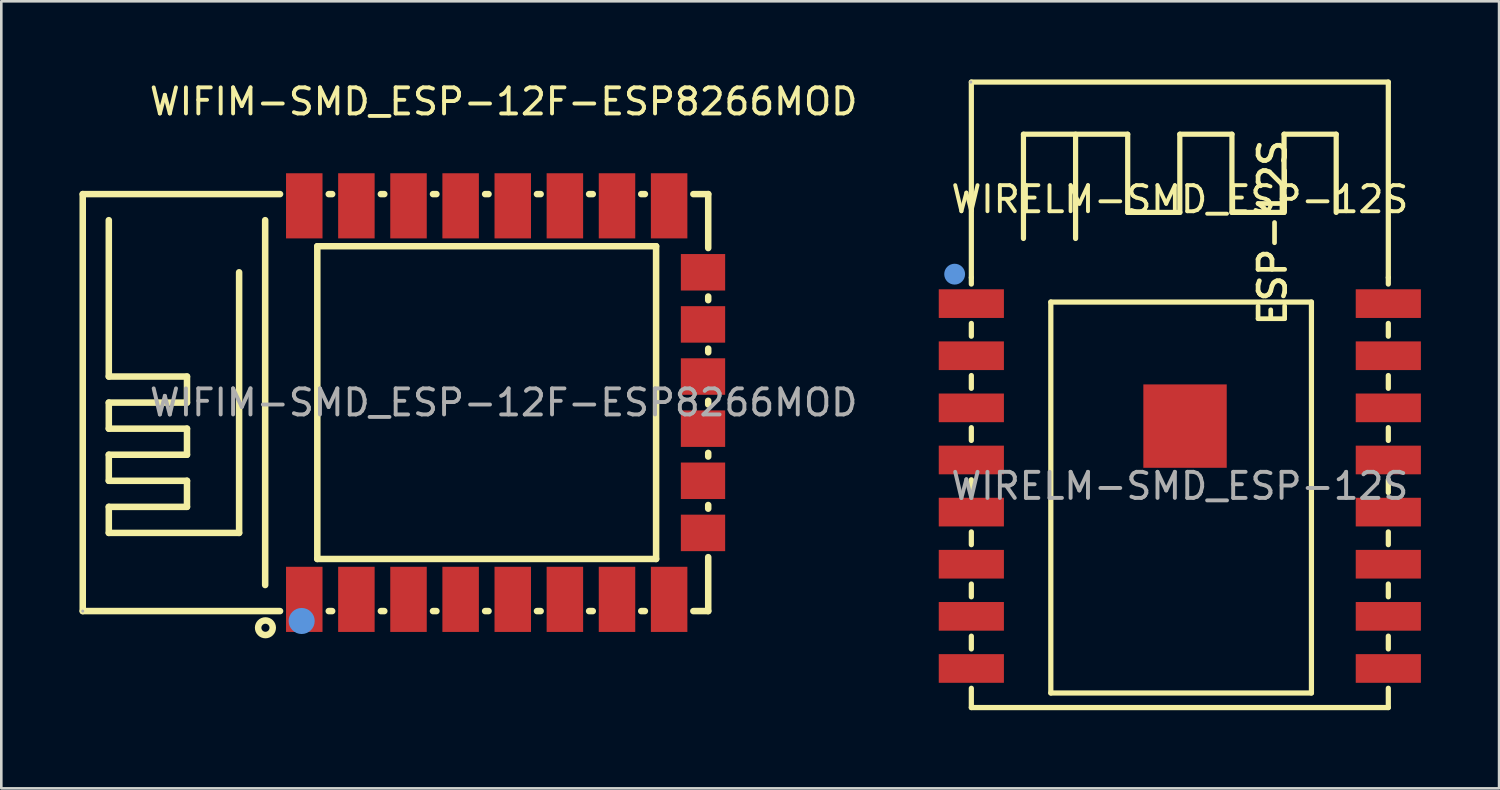
<source format=kicad_pcb>
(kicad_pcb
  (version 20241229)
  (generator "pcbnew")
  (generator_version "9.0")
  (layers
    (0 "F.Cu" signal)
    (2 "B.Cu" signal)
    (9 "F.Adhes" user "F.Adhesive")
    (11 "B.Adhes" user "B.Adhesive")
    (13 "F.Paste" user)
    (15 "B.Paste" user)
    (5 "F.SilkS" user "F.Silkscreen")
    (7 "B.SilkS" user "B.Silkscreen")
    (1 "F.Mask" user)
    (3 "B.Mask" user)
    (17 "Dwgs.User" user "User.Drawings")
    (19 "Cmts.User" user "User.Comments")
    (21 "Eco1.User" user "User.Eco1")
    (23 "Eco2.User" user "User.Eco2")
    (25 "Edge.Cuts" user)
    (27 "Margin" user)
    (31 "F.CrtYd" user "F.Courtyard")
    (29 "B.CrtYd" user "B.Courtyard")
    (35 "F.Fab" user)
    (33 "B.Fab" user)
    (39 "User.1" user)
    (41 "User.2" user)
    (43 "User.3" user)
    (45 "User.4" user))
  (footprint "WIFIM-SMD_ESP-12F-ESP8266MOD"
    (layer "F.Cu")
    (at 16.275 12.398)
    (property "Reference" "WIFIM-SMD_ESP-12F-ESP8266MOD" (at 0 -11.55 0) (layer "F.SilkS") (effects (font (size 1 1) (thickness 0.15))))
    (attr smd)
    (fp_line (start -16.15 -8) (end -8.58 -8) (stroke (width 0.25) (type solid)) (layer "F.SilkS"))
    (fp_line (start -16.15 8) (end -16.15 -8) (stroke (width 0.25) (type solid)) (layer "F.SilkS"))
    (fp_line (start -15.15 -1) (end -15.15 -7) (stroke (width 0.25) (type solid)) (layer "F.SilkS"))
    (fp_line (start -15.15 0) (end -12.15 0) (stroke (width 0.25) (type solid)) (layer "F.SilkS"))
    (fp_line (start -15.15 1) (end -15.15 0) (stroke (width 0.25) (type solid)) (layer "F.SilkS"))
    (fp_line (start -15.15 2) (end -12.15 2) (stroke (width 0.25) (type solid)) (layer "F.SilkS"))
    (fp_line (start -15.15 3) (end -15.15 2) (stroke (width 0.25) (type solid)) (layer "F.SilkS"))
    (fp_line (start -15.15 4) (end -12.15 4) (stroke (width 0.25) (type solid)) (layer "F.SilkS"))
    (fp_line (start -15.15 5) (end -15.15 4) (stroke (width 0.25) (type solid)) (layer "F.SilkS"))
    (fp_line (start -12.15 -1) (end -15.15 -1) (stroke (width 0.25) (type solid)) (layer "F.SilkS"))
    (fp_line (start -12.15 0) (end -12.15 -1) (stroke (width 0.25) (type solid)) (layer "F.SilkS"))
    (fp_line (start -12.15 1) (end -15.15 1) (stroke (width 0.25) (type solid)) (layer "F.SilkS"))
    (fp_line (start -12.15 2) (end -12.15 1) (stroke (width 0.25) (type solid)) (layer "F.SilkS"))
    (fp_line (start -12.15 3) (end -15.15 3) (stroke (width 0.25) (type solid)) (layer "F.SilkS"))
    (fp_line (start -12.15 4) (end -12.15 3) (stroke (width 0.25) (type solid)) (layer "F.SilkS"))
    (fp_line (start -10.15 -5) (end -10.15 5) (stroke (width 0.25) (type solid)) (layer "F.SilkS"))
    (fp_line (start -10.15 5) (end -15.15 5) (stroke (width 0.25) (type solid)) (layer "F.SilkS"))
    (fp_line (start -9.15 7) (end -9.15 -7) (stroke (width 0.25) (type solid)) (layer "F.SilkS"))
    (fp_line (start -8.58 8) (end -16.15 8) (stroke (width 0.25) (type solid)) (layer "F.SilkS"))
    (fp_line (start -7.15 -6) (end -7.15 6) (stroke (width 0.25) (type solid)) (layer "F.SilkS"))
    (fp_line (start -7.15 6) (end 5.85 6) (stroke (width 0.25) (type solid)) (layer "F.SilkS"))
    (fp_line (start -6.71 -8) (end -6.58 -8) (stroke (width 0.25) (type solid)) (layer "F.SilkS"))
    (fp_line (start -6.58 8) (end -6.71 8) (stroke (width 0.25) (type solid)) (layer "F.SilkS"))
    (fp_line (start -4.71 -8) (end -4.58 -8) (stroke (width 0.25) (type solid)) (layer "F.SilkS"))
    (fp_line (start -4.58 8) (end -4.71 8) (stroke (width 0.25) (type solid)) (layer "F.SilkS"))
    (fp_line (start -2.71 -8) (end -2.58 -8) (stroke (width 0.25) (type solid)) (layer "F.SilkS"))
    (fp_line (start -2.58 8) (end -2.71 8) (stroke (width 0.25) (type solid)) (layer "F.SilkS"))
    (fp_line (start -0.71 -8) (end -0.58 -8) (stroke (width 0.25) (type solid)) (layer "F.SilkS"))
    (fp_line (start -0.58 8) (end -0.71 8) (stroke (width 0.25) (type solid)) (layer "F.SilkS"))
    (fp_line (start 1.28 -8) (end 1.42 -8) (stroke (width 0.25) (type solid)) (layer "F.SilkS"))
    (fp_line (start 1.42 8) (end 1.28 8) (stroke (width 0.25) (type solid)) (layer "F.SilkS"))
    (fp_line (start 3.28 -8) (end 3.42 -8) (stroke (width 0.25) (type solid)) (layer "F.SilkS"))
    (fp_line (start 3.42 8) (end 3.28 8) (stroke (width 0.25) (type solid)) (layer "F.SilkS"))
    (fp_line (start 5.28 -8) (end 5.42 -8) (stroke (width 0.25) (type solid)) (layer "F.SilkS"))
    (fp_line (start 5.42 8) (end 5.28 8) (stroke (width 0.25) (type solid)) (layer "F.SilkS"))
    (fp_line (start 5.85 -6) (end -7.15 -6) (stroke (width 0.25) (type solid)) (layer "F.SilkS"))
    (fp_line (start 5.85 6) (end 5.85 -6) (stroke (width 0.25) (type solid)) (layer "F.SilkS"))
    (fp_line (start 7.28 -8) (end 7.85 -8) (stroke (width 0.25) (type solid)) (layer "F.SilkS"))
    (fp_line (start 7.85 -8) (end 7.85 -5.93) (stroke (width 0.25) (type solid)) (layer "F.SilkS"))
    (fp_line (start 7.85 -4.07) (end 7.85 -3.93) (stroke (width 0.25) (type solid)) (layer "F.SilkS"))
    (fp_line (start 7.85 -2.07) (end 7.85 -1.93) (stroke (width 0.25) (type solid)) (layer "F.SilkS"))
    (fp_line (start 7.85 -0.07) (end 7.85 0.07) (stroke (width 0.25) (type solid)) (layer "F.SilkS"))
    (fp_line (start 7.85 1.93) (end 7.85 2.07) (stroke (width 0.25) (type solid)) (layer "F.SilkS"))
    (fp_line (start 7.85 3.93) (end 7.85 4.07) (stroke (width 0.25) (type solid)) (layer "F.SilkS"))
    (fp_line (start 7.85 5.93) (end 7.85 8) (stroke (width 0.25) (type solid)) (layer "F.SilkS"))
    (fp_line (start 7.85 8) (end 7.28 8) (stroke (width 0.25) (type solid)) (layer "F.SilkS"))
    (fp_circle (center -9.14 8.64) (end -8.86 8.64) (stroke (width 0.25) (type solid)) (fill no) (layer "F.SilkS"))
    (fp_circle (center -7.75 8.38) (end -7.5 8.38) (stroke (width 0.5) (type solid)) (fill no) (layer "Cmts.User"))
    (fp_circle (center -16.15 8) (end -16.12 8) (stroke (width 0.06) (type solid)) (fill no) (layer "F.Fab"))
    (fp_text user "${REFERENCE}" (at 0 0 0) (layer "F.Fab") (effects (font (size 1 1) (thickness 0.15))))
    (pad "1" smd rect (at -7.65 7.55 90) (size 2.5 1.4) (layers "F.Cu" "F.Mask" "F.Paste"))
    (pad "2" smd rect (at -5.65 7.55 90) (size 2.5 1.4) (layers "F.Cu" "F.Mask" "F.Paste"))
    (pad "3" smd rect (at -3.65 7.55 90) (size 2.5 1.4) (layers "F.Cu" "F.Mask" "F.Paste"))
    (pad "4" smd rect (at -1.65 7.55 90) (size 2.5 1.4) (layers "F.Cu" "F.Mask" "F.Paste"))
    (pad "5" smd rect (at 0.35 7.55 90) (size 2.5 1.4) (layers "F.Cu" "F.Mask" "F.Paste"))
    (pad "6" smd rect (at 2.35 7.55 90) (size 2.5 1.4) (layers "F.Cu" "F.Mask" "F.Paste"))
    (pad "7" smd rect (at 4.35 7.55 90) (size 2.5 1.4) (layers "F.Cu" "F.Mask" "F.Paste"))
    (pad "8" smd rect (at 6.35 7.55 90) (size 2.5 1.4) (layers "F.Cu" "F.Mask" "F.Paste"))
    (pad "9" smd rect (at 6.35 -7.55 270) (size 2.5 1.4) (layers "F.Cu" "F.Mask" "F.Paste"))
    (pad "10" smd rect (at 4.35 -7.55 270) (size 2.5 1.4) (layers "F.Cu" "F.Mask" "F.Paste"))
    (pad "11" smd rect (at 2.35 -7.55 270) (size 2.5 1.4) (layers "F.Cu" "F.Mask" "F.Paste"))
    (pad "12" smd rect (at 0.35 -7.55 270) (size 2.5 1.4) (layers "F.Cu" "F.Mask" "F.Paste"))
    (pad "13" smd rect (at -1.65 -7.55 270) (size 2.5 1.4) (layers "F.Cu" "F.Mask" "F.Paste"))
    (pad "14" smd rect (at -3.65 -7.55 270) (size 2.5 1.4) (layers "F.Cu" "F.Mask" "F.Paste"))
    (pad "15" smd rect (at -5.65 -7.55 270) (size 2.5 1.4) (layers "F.Cu" "F.Mask" "F.Paste"))
    (pad "16" smd rect (at -7.65 -7.55 270) (size 2.5 1.4) (layers "F.Cu" "F.Mask" "F.Paste"))
    (pad "17" smd rect (at 7.65 5 180) (size 1.7 1.4) (layers "F.Cu" "F.Mask" "F.Paste"))
    (pad "18" smd rect (at 7.65 3 180) (size 1.7 1.4) (layers "F.Cu" "F.Mask" "F.Paste"))
    (pad "19" smd rect (at 7.65 1 180) (size 1.7 1.4) (layers "F.Cu" "F.Mask" "F.Paste"))
    (pad "20" smd rect (at 7.65 -1 180) (size 1.7 1.4) (layers "F.Cu" "F.Mask" "F.Paste"))
    (pad "21" smd rect (at 7.65 -3 180) (size 1.7 1.4) (layers "F.Cu" "F.Mask" "F.Paste"))
    (pad "22" smd rect (at 7.65 -5 180) (size 1.7 1.4) (layers "F.Cu" "F.Mask" "F.Paste")))
  (footprint "WIRELM-SMD_ESP-12S"
    (layer "F.Cu")
    (at 42.221 15.6)
    (property "Reference" "WIRELM-SMD_ESP-12S" (at 0 -11 0) (layer "F.SilkS") (effects (font (size 1 1) (thickness 0.15))))
    (attr smd)
    (fp_line (start -8 -15.5) (end 8 -15.5) (stroke (width 0.2) (type solid)) (layer "F.SilkS"))
    (fp_line (start -8 -8) (end -8 -15.5) (stroke (width 0.2) (type solid)) (layer "F.SilkS"))
    (fp_line (start -8 -8) (end -8 -7.75) (stroke (width 0.2) (type solid)) (layer "F.SilkS"))
    (fp_line (start -8 -6.24) (end -8 -5.75) (stroke (width 0.2) (type solid)) (layer "F.SilkS"))
    (fp_line (start -8 -4.24) (end -8 -3.75) (stroke (width 0.2) (type solid)) (layer "F.SilkS"))
    (fp_line (start -8 -2.24) (end -8 -1.75) (stroke (width 0.2) (type solid)) (layer "F.SilkS"))
    (fp_line (start -8 -0.24) (end -8 0.25) (stroke (width 0.2) (type solid)) (layer "F.SilkS"))
    (fp_line (start -8 1.76) (end -8 2.25) (stroke (width 0.2) (type solid)) (layer "F.SilkS"))
    (fp_line (start -8 3.76) (end -8 4.25) (stroke (width 0.2) (type solid)) (layer "F.SilkS"))
    (fp_line (start -8 5.76) (end -8 6.25) (stroke (width 0.2) (type solid)) (layer "F.SilkS"))
    (fp_line (start -8 7.76) (end -8 8.5) (stroke (width 0.2) (type solid)) (layer "F.SilkS"))
    (fp_line (start -8 8.5) (end 8 8.5) (stroke (width 0.2) (type solid)) (layer "F.SilkS"))
    (fp_line (start -6 -13.5) (end -6 -9.5) (stroke (width 0.2) (type solid)) (layer "F.SilkS"))
    (fp_line (start -4.95 -7.06) (end 5.05 -7.06) (stroke (width 0.2) (type solid)) (layer "F.SilkS"))
    (fp_line (start -4.95 7.94) (end -4.95 -7.06) (stroke (width 0.2) (type solid)) (layer "F.SilkS"))
    (fp_line (start -4 -9.5) (end -4 -13.5) (stroke (width 0.2) (type solid)) (layer "F.SilkS"))
    (fp_line (start -2 -13.5) (end -6 -13.5) (stroke (width 0.2) (type solid)) (layer "F.SilkS"))
    (fp_line (start -2 -10.5) (end -2 -13.5) (stroke (width 0.2) (type solid)) (layer "F.SilkS"))
    (fp_line (start 0 -13.5) (end 0 -10.5) (stroke (width 0.2) (type solid)) (layer "F.SilkS"))
    (fp_line (start 0 -10.5) (end -2 -10.5) (stroke (width 0.2) (type solid)) (layer "F.SilkS"))
    (fp_line (start 2 -13.5) (end 0 -13.5) (stroke (width 0.2) (type solid)) (layer "F.SilkS"))
    (fp_line (start 2 -10.5) (end 2 -13.5) (stroke (width 0.2) (type solid)) (layer "F.SilkS"))
    (fp_line (start 4 -13.5) (end 4 -10.5) (stroke (width 0.2) (type solid)) (layer "F.SilkS"))
    (fp_line (start 4 -10.5) (end 2 -10.5) (stroke (width 0.2) (type solid)) (layer "F.SilkS"))
    (fp_line (start 5.05 -7.06) (end 5.05 7.94) (stroke (width 0.2) (type solid)) (layer "F.SilkS"))
    (fp_line (start 5.05 7.94) (end -4.95 7.94) (stroke (width 0.2) (type solid)) (layer "F.SilkS"))
    (fp_line (start 6 -13.5) (end 4 -13.5) (stroke (width 0.2) (type solid)) (layer "F.SilkS"))
    (fp_line (start 6 -10.5) (end 6 -13.5) (stroke (width 0.2) (type solid)) (layer "F.SilkS"))
    (fp_line (start 8 -15.5) (end 8 -8) (stroke (width 0.2) (type solid)) (layer "F.SilkS"))
    (fp_line (start 8 -8) (end 8 -7.75) (stroke (width 0.2) (type solid)) (layer "F.SilkS"))
    (fp_line (start 8 -6.24) (end 8 -5.75) (stroke (width 0.2) (type solid)) (layer "F.SilkS"))
    (fp_line (start 8 -4.24) (end 8 -3.75) (stroke (width 0.2) (type solid)) (layer "F.SilkS"))
    (fp_line (start 8 -2.24) (end 8 -1.75) (stroke (width 0.2) (type solid)) (layer "F.SilkS"))
    (fp_line (start 8 -0.24) (end 8 0.25) (stroke (width 0.2) (type solid)) (layer "F.SilkS"))
    (fp_line (start 8 1.76) (end 8 2.25) (stroke (width 0.2) (type solid)) (layer "F.SilkS"))
    (fp_line (start 8 3.76) (end 8 4.25) (stroke (width 0.2) (type solid)) (layer "F.SilkS"))
    (fp_line (start 8 5.76) (end 8 6.25) (stroke (width 0.2) (type solid)) (layer "F.SilkS"))
    (fp_line (start 8 7.76) (end 8 8.5) (stroke (width 0.2) (type solid)) (layer "F.SilkS"))
    (fp_circle (center -8.64 -8.13) (end -8.39 -8.13) (stroke (width 0.2) (type solid)) (fill no) (layer "F.SilkS"))
    (fp_circle (center -8.64 -8.13) (end -8.44 -8.13) (stroke (width 0.4) (type solid)) (fill no) (layer "Cmts.User"))
    (fp_circle (center -8.02 -15.5) (end -7.99 -15.5) (stroke (width 0.06) (type solid)) (fill no) (layer "F.Fab"))
    (fp_text user "ESP-12S" (at 3.56 -6.06 270) (layer "F.SilkS") (effects (font (size 1.02 1.02) (thickness 0.18)) (justify left)))
    (fp_text user "${REFERENCE}" (at 0 0 0) (layer "F.Fab") (effects (font (size 1 1) (thickness 0.15))))
    (pad "1" smd rect (at -8 -7) (size 2.5 1.1) (layers "F.Cu" "F.Mask" "F.Paste"))
    (pad "2" smd rect (at -8 -5) (size 2.5 1.1) (layers "F.Cu" "F.Mask" "F.Paste"))
    (pad "3" smd rect (at -8 -3) (size 2.5 1.1) (layers "F.Cu" "F.Mask" "F.Paste"))
    (pad "4" smd rect (at -8 -1) (size 2.5 1.1) (layers "F.Cu" "F.Mask" "F.Paste"))
    (pad "5" smd rect (at -8 1) (size 2.5 1.1) (layers "F.Cu" "F.Mask" "F.Paste"))
    (pad "6" smd rect (at -8 3) (size 2.5 1.1) (layers "F.Cu" "F.Mask" "F.Paste"))
    (pad "7" smd rect (at -8 5) (size 2.5 1.1) (layers "F.Cu" "F.Mask" "F.Paste"))
    (pad "8" smd rect (at -8 7) (size 2.5 1.1) (layers "F.Cu" "F.Mask" "F.Paste"))
    (pad "9" smd rect (at 8 7) (size 2.5 1.1) (layers "F.Cu" "F.Mask" "F.Paste"))
    (pad "10" smd rect (at 8 5) (size 2.5 1.1) (layers "F.Cu" "F.Mask" "F.Paste"))
    (pad "11" smd rect (at 8 3) (size 2.5 1.1) (layers "F.Cu" "F.Mask" "F.Paste"))
    (pad "12" smd rect (at 8 1) (size 2.5 1.1) (layers "F.Cu" "F.Mask" "F.Paste"))
    (pad "13" smd rect (at 8 -1) (size 2.5 1.1) (layers "F.Cu" "F.Mask" "F.Paste"))
    (pad "14" smd rect (at 8 -3) (size 2.5 1.1) (layers "F.Cu" "F.Mask" "F.Paste"))
    (pad "15" smd rect (at 8 -5) (size 2.5 1.1) (layers "F.Cu" "F.Mask" "F.Paste"))
    (pad "16" smd rect (at 8 -7) (size 2.5 1.1) (layers "F.Cu" "F.Mask" "F.Paste"))
    (pad "17" smd rect (at 0.2 -2.3) (size 3.2 3.2) (layers "F.Cu" "F.Mask" "F.Paste")))
  (gr_rect
    (start -3 -3)
    (end 54.471 27.2)
    (stroke (width 0.1) (type default))
    (fill no)
    (layer "Edge.Cuts")))
</source>
